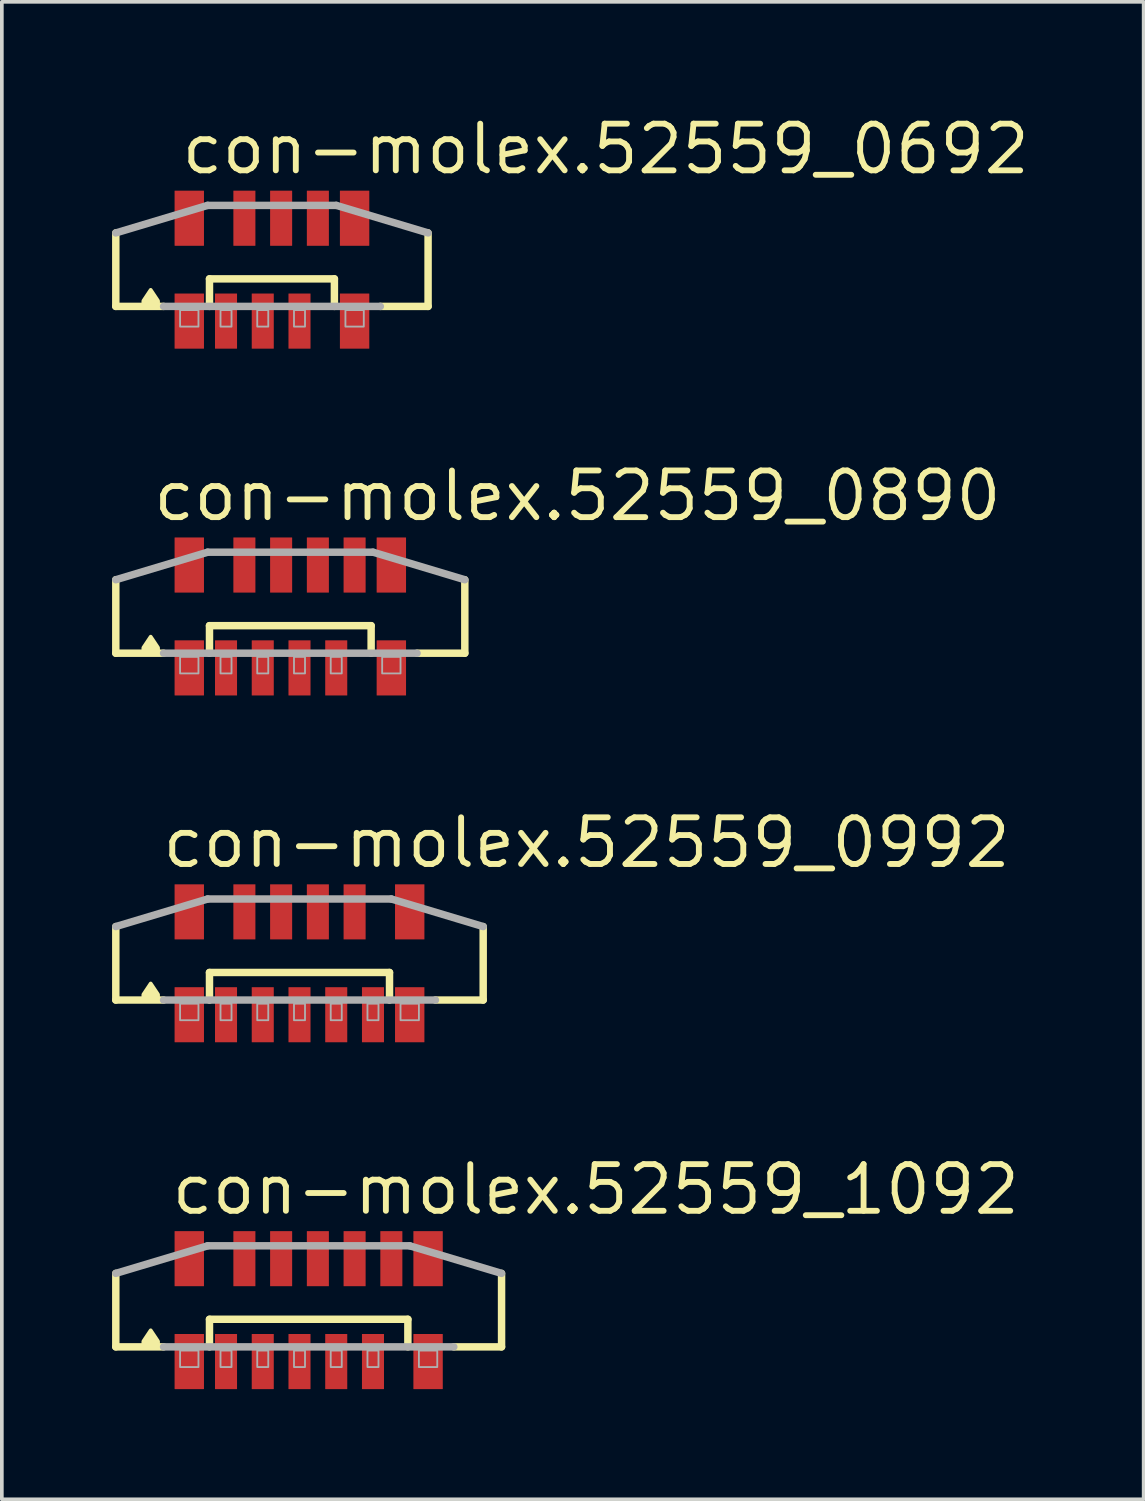
<source format=kicad_pcb>
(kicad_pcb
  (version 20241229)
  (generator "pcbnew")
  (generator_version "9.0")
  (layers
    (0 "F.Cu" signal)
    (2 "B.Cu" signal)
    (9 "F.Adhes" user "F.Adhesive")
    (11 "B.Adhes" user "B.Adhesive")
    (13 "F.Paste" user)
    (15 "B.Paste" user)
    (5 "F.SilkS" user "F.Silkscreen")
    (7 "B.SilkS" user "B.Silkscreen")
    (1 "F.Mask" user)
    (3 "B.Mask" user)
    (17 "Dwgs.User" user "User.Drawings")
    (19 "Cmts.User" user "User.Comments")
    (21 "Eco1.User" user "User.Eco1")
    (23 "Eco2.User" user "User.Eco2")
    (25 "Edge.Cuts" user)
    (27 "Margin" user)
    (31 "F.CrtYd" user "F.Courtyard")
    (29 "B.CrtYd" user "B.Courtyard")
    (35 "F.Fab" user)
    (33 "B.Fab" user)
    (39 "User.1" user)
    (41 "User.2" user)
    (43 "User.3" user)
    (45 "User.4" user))
  (footprint "con-molex.52559_0692"
    (layer "F.Cu")
    (at 4.352 4.29)
    (property "Reference" "con-molex.52559_0692" (at -2.54 -2.54 0) (layer "F.SilkS") (effects (font (size 1.27 1.27) (thickness 0.16)) (justify left bottom)))
    (attr smd)
    (fp_line (start -4.25 1) (end -4.25 -1) (stroke (width 0.203) (type default)) (layer "F.SilkS"))
    (fp_line (start -2.95 1) (end -4.25 1) (stroke (width 0.203) (type default)) (layer "F.SilkS"))
    (fp_line (start -1.7 0.25) (end 1.7 0.25) (stroke (width 0.203) (type default)) (layer "F.SilkS"))
    (fp_line (start -1.7 1) (end -1.7 0.25) (stroke (width 0.203) (type default)) (layer "F.SilkS"))
    (fp_line (start 1.7 0.25) (end 1.7 1) (stroke (width 0.203) (type default)) (layer "F.SilkS"))
    (fp_line (start 4.25 -1) (end 4.25 1) (stroke (width 0.203) (type default)) (layer "F.SilkS"))
    (fp_line (start 4.25 1) (end 2.95 1) (stroke (width 0.203) (type default)) (layer "F.SilkS"))
    (fp_poly (pts (xy -3.1 0.95) (xy -3.1 0.85) (xy -3.3 0.55) (xy -3.5 0.85) (xy -3.5 0.95)) (stroke (width 0.102) (type default)) (fill yes) (layer "F.SilkS"))
    (fp_line (start -4.25 -1) (end -1.75 -1.75) (stroke (width 0.203) (type default)) (layer "F.Fab"))
    (fp_line (start -1.75 -1.75) (end 1.75 -1.75) (stroke (width 0.203) (type default)) (layer "F.Fab"))
    (fp_line (start 1.75 -1.75) (end 4.25 -1) (stroke (width 0.203) (type default)) (layer "F.Fab"))
    (fp_line (start 2.95 1) (end -2.95 1) (stroke (width 0.203) (type default)) (layer "F.Fab"))
    (fp_rect (start -2.5 1.55) (end -2 1.1) (stroke (width 0.05) (type default)) (fill no) (layer "F.Fab"))
    (fp_rect (start -1.4 1.55) (end -1.1 1.1) (stroke (width 0.05) (type default)) (fill no) (layer "F.Fab"))
    (fp_rect (start -0.4 1.55) (end -0.1 1.1) (stroke (width 0.05) (type default)) (fill no) (layer "F.Fab"))
    (fp_rect (start 0.6 1.55) (end 0.9 1.1) (stroke (width 0.05) (type default)) (fill no) (layer "F.Fab"))
    (fp_rect (start 2 1.55) (end 2.5 1.1) (stroke (width 0.05) (type default)) (fill no) (layer "F.Fab"))
    (pad "1" smd roundrect (at -1.25 1.4) (size 0.6 1.5) (layers "F.Cu" "F.Mask" "F.Paste") (roundrect_rratio 0.01))
    (pad "2" smd roundrect (at -0.75 -1.4 180) (size 0.6 1.5) (layers "F.Cu" "F.Mask" "F.Paste") (roundrect_rratio 0.01))
    (pad "3" smd roundrect (at -0.25 1.4) (size 0.6 1.5) (layers "F.Cu" "F.Mask" "F.Paste") (roundrect_rratio 0.01))
    (pad "4" smd roundrect (at 0.25 -1.4 180) (size 0.6 1.5) (layers "F.Cu" "F.Mask" "F.Paste") (roundrect_rratio 0.01))
    (pad "5" smd roundrect (at 0.75 1.4) (size 0.6 1.5) (layers "F.Cu" "F.Mask" "F.Paste") (roundrect_rratio 0.01))
    (pad "6" smd roundrect (at 1.25 -1.4 180) (size 0.6 1.5) (layers "F.Cu" "F.Mask" "F.Paste") (roundrect_rratio 0.01))
    (pad "M1" smd roundrect (at -2.25 1.4) (size 0.8 1.5) (layers "F.Cu" "F.Mask" "F.Paste") (roundrect_rratio 0.01))
    (pad "M2" smd roundrect (at 2.25 1.4) (size 0.8 1.5) (layers "F.Cu" "F.Mask" "F.Paste") (roundrect_rratio 0.01))
    (pad "M3" smd roundrect (at 2.25 -1.4 180) (size 0.8 1.5) (layers "F.Cu" "F.Mask" "F.Paste") (roundrect_rratio 0.01))
    (pad "M4" smd roundrect (at -2.25 -1.4 180) (size 0.8 1.5) (layers "F.Cu" "F.Mask" "F.Paste") (roundrect_rratio 0.01)))
  (footprint "con-molex.52559_0890"
    (layer "F.Cu")
    (at 4.852 13.73)
    (property "Reference" "con-molex.52559_0890" (at -3.81 -2.54 0) (layer "F.SilkS") (effects (font (size 1.27 1.27) (thickness 0.16)) (justify left bottom)))
    (attr smd)
    (fp_line (start -4.75 1) (end -4.75 -1) (stroke (width 0.203) (type default)) (layer "F.SilkS"))
    (fp_line (start -3.45 1) (end -4.75 1) (stroke (width 0.203) (type default)) (layer "F.SilkS"))
    (fp_line (start -2.2 0.25) (end 2.2 0.25) (stroke (width 0.203) (type default)) (layer "F.SilkS"))
    (fp_line (start -2.2 1) (end -2.2 0.25) (stroke (width 0.203) (type default)) (layer "F.SilkS"))
    (fp_line (start 2.2 0.25) (end 2.2 1) (stroke (width 0.203) (type default)) (layer "F.SilkS"))
    (fp_line (start 4.75 -1) (end 4.75 1) (stroke (width 0.203) (type default)) (layer "F.SilkS"))
    (fp_line (start 4.75 1) (end 3.45 1) (stroke (width 0.203) (type default)) (layer "F.SilkS"))
    (fp_poly (pts (xy -3.6 0.95) (xy -3.6 0.85) (xy -3.8 0.55) (xy -4 0.85) (xy -4 0.95)) (stroke (width 0.102) (type default)) (fill yes) (layer "F.SilkS"))
    (fp_line (start -4.75 -1) (end -2.25 -1.75) (stroke (width 0.203) (type default)) (layer "F.Fab"))
    (fp_line (start -2.25 -1.75) (end 2.25 -1.75) (stroke (width 0.203) (type default)) (layer "F.Fab"))
    (fp_line (start 2.25 -1.75) (end 4.75 -1) (stroke (width 0.203) (type default)) (layer "F.Fab"))
    (fp_line (start 3.45 1) (end -3.45 1) (stroke (width 0.203) (type default)) (layer "F.Fab"))
    (fp_rect (start -3 1.55) (end -2.5 1.1) (stroke (width 0.05) (type default)) (fill no) (layer "F.Fab"))
    (fp_rect (start -1.9 1.55) (end -1.6 1.1) (stroke (width 0.05) (type default)) (fill no) (layer "F.Fab"))
    (fp_rect (start -0.9 1.55) (end -0.6 1.1) (stroke (width 0.05) (type default)) (fill no) (layer "F.Fab"))
    (fp_rect (start 0.1 1.55) (end 0.4 1.1) (stroke (width 0.05) (type default)) (fill no) (layer "F.Fab"))
    (fp_rect (start 1.1 1.55) (end 1.4 1.1) (stroke (width 0.05) (type default)) (fill no) (layer "F.Fab"))
    (fp_rect (start 2.5 1.55) (end 3 1.1) (stroke (width 0.05) (type default)) (fill no) (layer "F.Fab"))
    (pad "1" smd roundrect (at -1.75 1.4) (size 0.6 1.5) (layers "F.Cu" "F.Mask" "F.Paste") (roundrect_rratio 0.01))
    (pad "2" smd roundrect (at -1.25 -1.4 180) (size 0.6 1.5) (layers "F.Cu" "F.Mask" "F.Paste") (roundrect_rratio 0.01))
    (pad "3" smd roundrect (at -0.75 1.4) (size 0.6 1.5) (layers "F.Cu" "F.Mask" "F.Paste") (roundrect_rratio 0.01))
    (pad "4" smd roundrect (at -0.25 -1.4 180) (size 0.6 1.5) (layers "F.Cu" "F.Mask" "F.Paste") (roundrect_rratio 0.01))
    (pad "5" smd roundrect (at 0.25 1.4) (size 0.6 1.5) (layers "F.Cu" "F.Mask" "F.Paste") (roundrect_rratio 0.01))
    (pad "6" smd roundrect (at 0.75 -1.4 180) (size 0.6 1.5) (layers "F.Cu" "F.Mask" "F.Paste") (roundrect_rratio 0.01))
    (pad "7" smd roundrect (at 1.25 1.4) (size 0.6 1.5) (layers "F.Cu" "F.Mask" "F.Paste") (roundrect_rratio 0.01))
    (pad "8" smd roundrect (at 1.75 -1.4 180) (size 0.6 1.5) (layers "F.Cu" "F.Mask" "F.Paste") (roundrect_rratio 0.01))
    (pad "M1" smd roundrect (at -2.75 1.4) (size 0.8 1.5) (layers "F.Cu" "F.Mask" "F.Paste") (roundrect_rratio 0.01))
    (pad "M2" smd roundrect (at 2.75 1.4) (size 0.8 1.5) (layers "F.Cu" "F.Mask" "F.Paste") (roundrect_rratio 0.01))
    (pad "M3" smd roundrect (at 2.75 -1.4 180) (size 0.8 1.5) (layers "F.Cu" "F.Mask" "F.Paste") (roundrect_rratio 0.01))
    (pad "M4" smd roundrect (at -2.75 -1.4 180) (size 0.8 1.5) (layers "F.Cu" "F.Mask" "F.Paste") (roundrect_rratio 0.01)))
  (footprint "con-molex.52559_0992"
    (layer "F.Cu")
    (at 5.102 23.17)
    (property "Reference" "con-molex.52559_0992" (at -3.81 -2.54 0) (layer "F.SilkS") (effects (font (size 1.27 1.27) (thickness 0.16)) (justify left bottom)))
    (attr smd)
    (fp_line (start -5 1) (end -5 -1) (stroke (width 0.203) (type default)) (layer "F.SilkS"))
    (fp_line (start -3.7 1) (end -5 1) (stroke (width 0.203) (type default)) (layer "F.SilkS"))
    (fp_line (start -2.45 0.25) (end 2.45 0.25) (stroke (width 0.203) (type default)) (layer "F.SilkS"))
    (fp_line (start -2.45 1) (end -2.45 0.25) (stroke (width 0.203) (type default)) (layer "F.SilkS"))
    (fp_line (start 2.45 0.25) (end 2.45 1) (stroke (width 0.203) (type default)) (layer "F.SilkS"))
    (fp_line (start 5 -1) (end 5 1) (stroke (width 0.203) (type default)) (layer "F.SilkS"))
    (fp_line (start 5 1) (end 3.7 1) (stroke (width 0.203) (type default)) (layer "F.SilkS"))
    (fp_poly (pts (xy -3.85 0.95) (xy -3.85 0.85) (xy -4.05 0.55) (xy -4.25 0.85) (xy -4.25 0.95)) (stroke (width 0.102) (type default)) (fill yes) (layer "F.SilkS"))
    (fp_line (start -5 -1) (end -2.5 -1.75) (stroke (width 0.203) (type default)) (layer "F.Fab"))
    (fp_line (start -2.5 -1.75) (end 2.5 -1.75) (stroke (width 0.203) (type default)) (layer "F.Fab"))
    (fp_line (start 2.5 -1.75) (end 5 -1) (stroke (width 0.203) (type default)) (layer "F.Fab"))
    (fp_line (start 3.7 1) (end -3.7 1) (stroke (width 0.203) (type default)) (layer "F.Fab"))
    (fp_rect (start -3.25 1.55) (end -2.75 1.1) (stroke (width 0.05) (type default)) (fill no) (layer "F.Fab"))
    (fp_rect (start -2.15 1.55) (end -1.85 1.1) (stroke (width 0.05) (type default)) (fill no) (layer "F.Fab"))
    (fp_rect (start -1.15 1.55) (end -0.85 1.1) (stroke (width 0.05) (type default)) (fill no) (layer "F.Fab"))
    (fp_rect (start -0.15 1.55) (end 0.15 1.1) (stroke (width 0.05) (type default)) (fill no) (layer "F.Fab"))
    (fp_rect (start 0.85 1.55) (end 1.15 1.1) (stroke (width 0.05) (type default)) (fill no) (layer "F.Fab"))
    (fp_rect (start 1.85 1.55) (end 2.15 1.1) (stroke (width 0.05) (type default)) (fill no) (layer "F.Fab"))
    (fp_rect (start 2.75 1.55) (end 3.25 1.1) (stroke (width 0.05) (type default)) (fill no) (layer "F.Fab"))
    (pad "1" smd roundrect (at -2 1.4) (size 0.6 1.5) (layers "F.Cu" "F.Mask" "F.Paste") (roundrect_rratio 0.01))
    (pad "2" smd roundrect (at -1.5 -1.4 180) (size 0.6 1.5) (layers "F.Cu" "F.Mask" "F.Paste") (roundrect_rratio 0.01))
    (pad "3" smd roundrect (at -1 1.4) (size 0.6 1.5) (layers "F.Cu" "F.Mask" "F.Paste") (roundrect_rratio 0.01))
    (pad "4" smd roundrect (at -0.5 -1.4 180) (size 0.6 1.5) (layers "F.Cu" "F.Mask" "F.Paste") (roundrect_rratio 0.01))
    (pad "5" smd roundrect (at 0 1.4) (size 0.6 1.5) (layers "F.Cu" "F.Mask" "F.Paste") (roundrect_rratio 0.01))
    (pad "6" smd roundrect (at 0.5 -1.4 180) (size 0.6 1.5) (layers "F.Cu" "F.Mask" "F.Paste") (roundrect_rratio 0.01))
    (pad "7" smd roundrect (at 1 1.4) (size 0.6 1.5) (layers "F.Cu" "F.Mask" "F.Paste") (roundrect_rratio 0.01))
    (pad "8" smd roundrect (at 1.5 -1.4 180) (size 0.6 1.5) (layers "F.Cu" "F.Mask" "F.Paste") (roundrect_rratio 0.01))
    (pad "9" smd roundrect (at 2 1.4) (size 0.6 1.5) (layers "F.Cu" "F.Mask" "F.Paste") (roundrect_rratio 0.01))
    (pad "M1" smd roundrect (at -3 1.4) (size 0.8 1.5) (layers "F.Cu" "F.Mask" "F.Paste") (roundrect_rratio 0.01))
    (pad "M2" smd roundrect (at 3 1.4) (size 0.8 1.5) (layers "F.Cu" "F.Mask" "F.Paste") (roundrect_rratio 0.01))
    (pad "M3" smd roundrect (at 3 -1.4 180) (size 0.8 1.5) (layers "F.Cu" "F.Mask" "F.Paste") (roundrect_rratio 0.01))
    (pad "M4" smd roundrect (at -3 -1.4 180) (size 0.8 1.5) (layers "F.Cu" "F.Mask" "F.Paste") (roundrect_rratio 0.01)))
  (footprint "con-molex.52559_1092"
    (layer "F.Cu")
    (at 5.352 32.61)
    (property "Reference" "con-molex.52559_1092" (at -3.81 -2.54 0) (layer "F.SilkS") (effects (font (size 1.27 1.27) (thickness 0.16)) (justify left bottom)))
    (attr smd)
    (fp_line (start -5.25 1) (end -5.25 -1) (stroke (width 0.203) (type default)) (layer "F.SilkS"))
    (fp_line (start -3.95 1) (end -5.25 1) (stroke (width 0.203) (type default)) (layer "F.SilkS"))
    (fp_line (start -2.7 0.25) (end 2.7 0.25) (stroke (width 0.203) (type default)) (layer "F.SilkS"))
    (fp_line (start -2.7 1) (end -2.7 0.25) (stroke (width 0.203) (type default)) (layer "F.SilkS"))
    (fp_line (start 2.7 0.25) (end 2.7 1) (stroke (width 0.203) (type default)) (layer "F.SilkS"))
    (fp_line (start 5.25 -1) (end 5.25 1) (stroke (width 0.203) (type default)) (layer "F.SilkS"))
    (fp_line (start 5.25 1) (end 3.95 1) (stroke (width 0.203) (type default)) (layer "F.SilkS"))
    (fp_poly (pts (xy -4.1 0.95) (xy -4.1 0.85) (xy -4.3 0.55) (xy -4.5 0.85) (xy -4.5 0.95)) (stroke (width 0.102) (type default)) (fill yes) (layer "F.SilkS"))
    (fp_line (start -5.25 -1) (end -2.75 -1.75) (stroke (width 0.203) (type default)) (layer "F.Fab"))
    (fp_line (start -2.75 -1.75) (end 2.75 -1.75) (stroke (width 0.203) (type default)) (layer "F.Fab"))
    (fp_line (start 2.75 -1.75) (end 5.25 -1) (stroke (width 0.203) (type default)) (layer "F.Fab"))
    (fp_line (start 3.95 1) (end -3.95 1) (stroke (width 0.203) (type default)) (layer "F.Fab"))
    (fp_rect (start -3.5 1.55) (end -3 1.1) (stroke (width 0.05) (type default)) (fill no) (layer "F.Fab"))
    (fp_rect (start -2.4 1.55) (end -2.1 1.1) (stroke (width 0.05) (type default)) (fill no) (layer "F.Fab"))
    (fp_rect (start -1.4 1.55) (end -1.1 1.1) (stroke (width 0.05) (type default)) (fill no) (layer "F.Fab"))
    (fp_rect (start -0.4 1.55) (end -0.1 1.1) (stroke (width 0.05) (type default)) (fill no) (layer "F.Fab"))
    (fp_rect (start 0.6 1.55) (end 0.9 1.1) (stroke (width 0.05) (type default)) (fill no) (layer "F.Fab"))
    (fp_rect (start 1.6 1.55) (end 1.9 1.1) (stroke (width 0.05) (type default)) (fill no) (layer "F.Fab"))
    (fp_rect (start 3 1.55) (end 3.5 1.1) (stroke (width 0.05) (type default)) (fill no) (layer "F.Fab"))
    (pad "1" smd roundrect (at -2.25 1.4) (size 0.6 1.5) (layers "F.Cu" "F.Mask" "F.Paste") (roundrect_rratio 0.01))
    (pad "2" smd roundrect (at -1.75 -1.4 180) (size 0.6 1.5) (layers "F.Cu" "F.Mask" "F.Paste") (roundrect_rratio 0.01))
    (pad "3" smd roundrect (at -1.25 1.4) (size 0.6 1.5) (layers "F.Cu" "F.Mask" "F.Paste") (roundrect_rratio 0.01))
    (pad "4" smd roundrect (at -0.75 -1.4 180) (size 0.6 1.5) (layers "F.Cu" "F.Mask" "F.Paste") (roundrect_rratio 0.01))
    (pad "5" smd roundrect (at -0.25 1.4) (size 0.6 1.5) (layers "F.Cu" "F.Mask" "F.Paste") (roundrect_rratio 0.01))
    (pad "6" smd roundrect (at 0.25 -1.4 180) (size 0.6 1.5) (layers "F.Cu" "F.Mask" "F.Paste") (roundrect_rratio 0.01))
    (pad "7" smd roundrect (at 0.75 1.4) (size 0.6 1.5) (layers "F.Cu" "F.Mask" "F.Paste") (roundrect_rratio 0.01))
    (pad "8" smd roundrect (at 1.25 -1.4 180) (size 0.6 1.5) (layers "F.Cu" "F.Mask" "F.Paste") (roundrect_rratio 0.01))
    (pad "9" smd roundrect (at 1.75 1.4) (size 0.6 1.5) (layers "F.Cu" "F.Mask" "F.Paste") (roundrect_rratio 0.01))
    (pad "10" smd roundrect (at 2.25 -1.4 180) (size 0.6 1.5) (layers "F.Cu" "F.Mask" "F.Paste") (roundrect_rratio 0.01))
    (pad "M1" smd roundrect (at -3.25 1.4) (size 0.8 1.5) (layers "F.Cu" "F.Mask" "F.Paste") (roundrect_rratio 0.01))
    (pad "M2" smd roundrect (at 3.25 1.4) (size 0.8 1.5) (layers "F.Cu" "F.Mask" "F.Paste") (roundrect_rratio 0.01))
    (pad "M3" smd roundrect (at 3.25 -1.4 180) (size 0.8 1.5) (layers "F.Cu" "F.Mask" "F.Paste") (roundrect_rratio 0.01))
    (pad "M4" smd roundrect (at -3.25 -1.4 180) (size 0.8 1.5) (layers "F.Cu" "F.Mask" "F.Paste") (roundrect_rratio 0.01)))
  (gr_rect
    (start -3 -3)
    (end 28.079 37.76)
    (stroke (width 0.1) (type default))
    (fill no)
    (layer "Edge.Cuts")))
</source>
